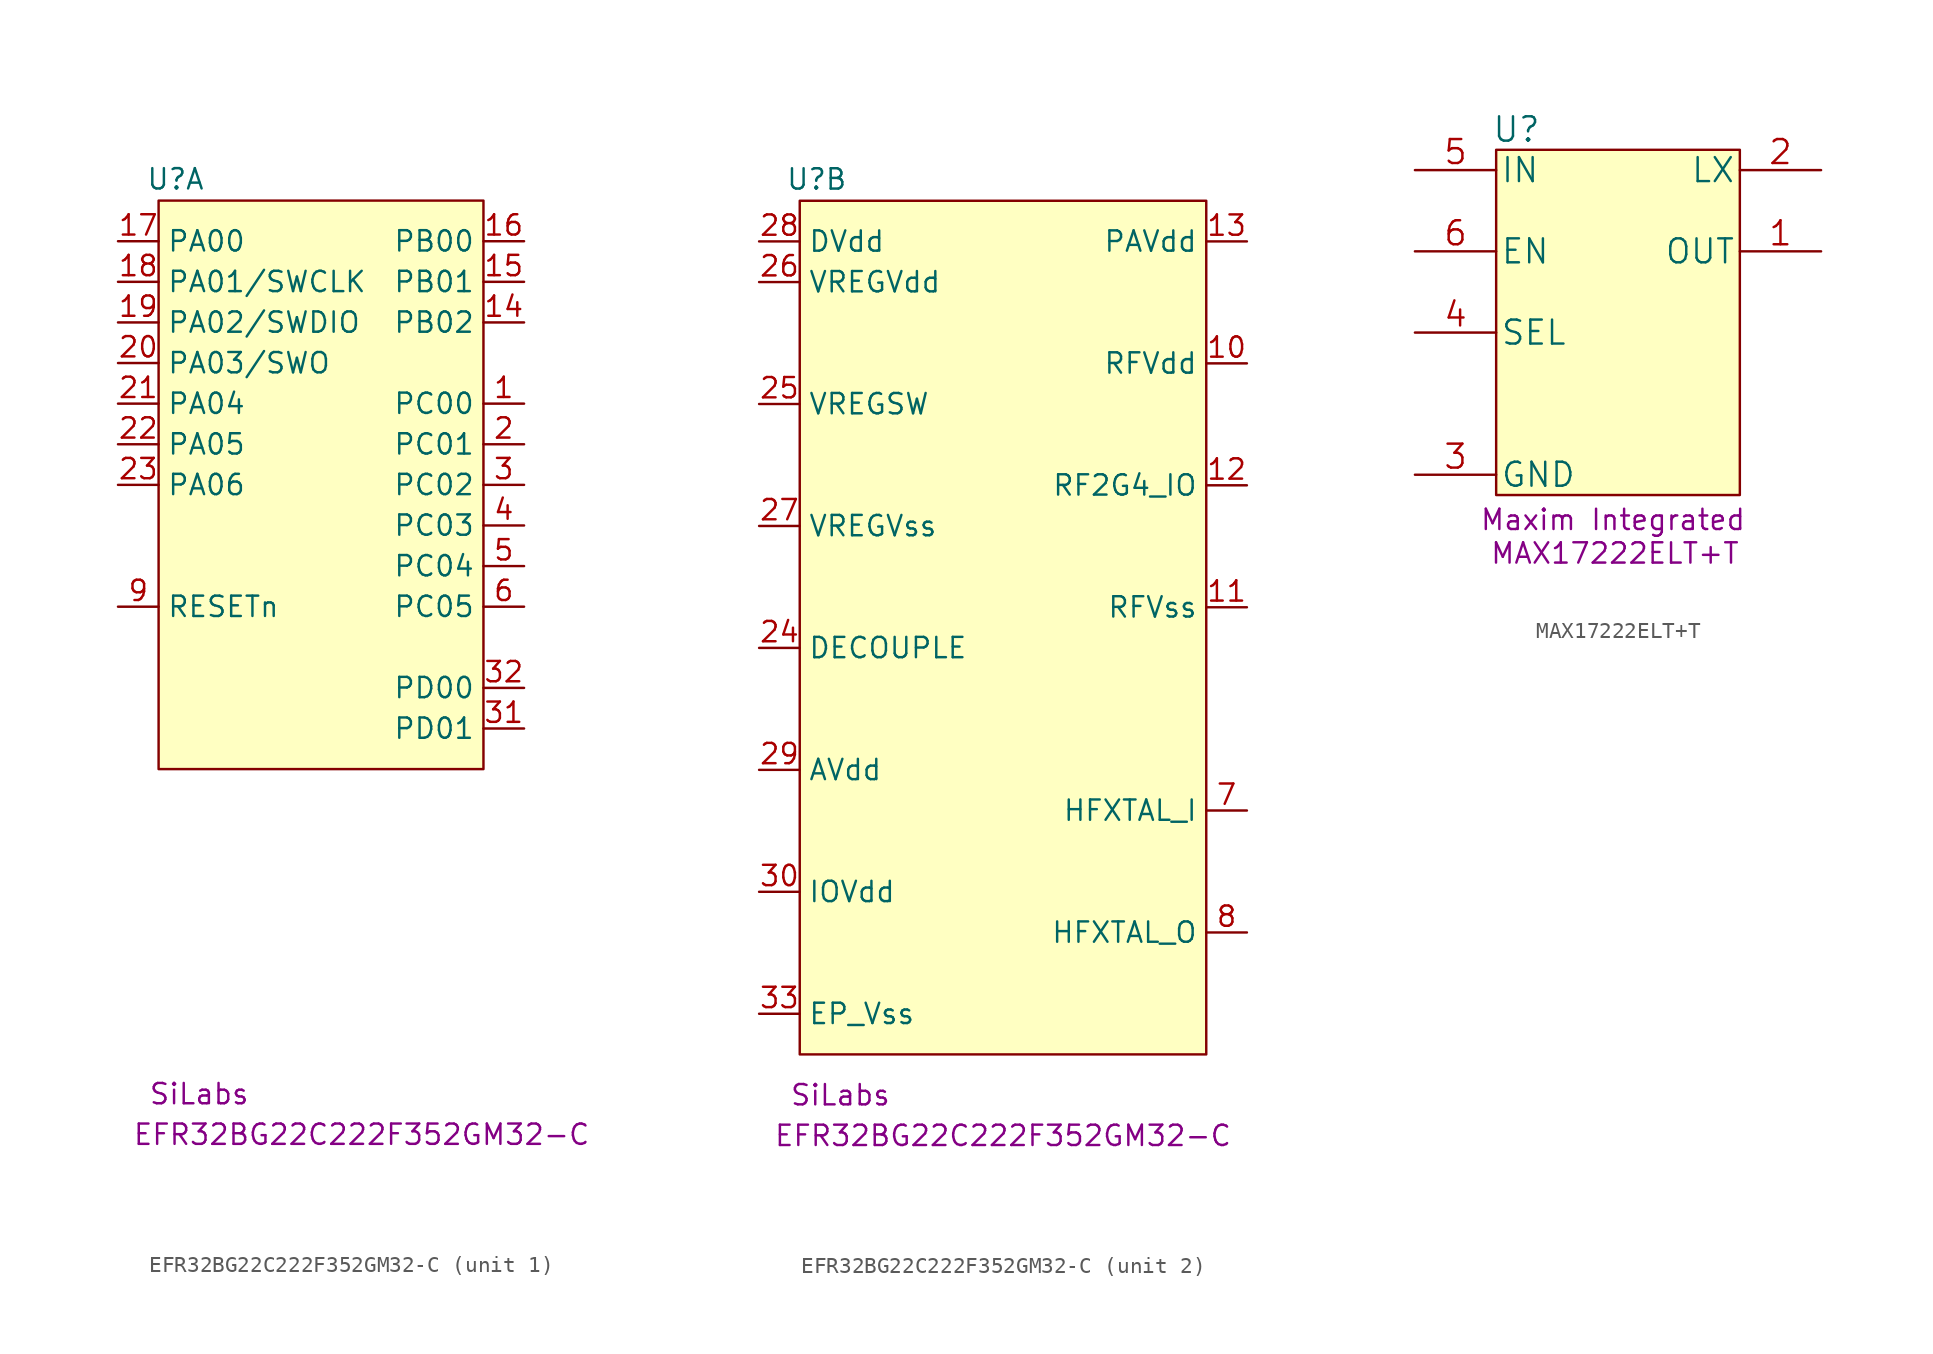
<source format=kicad_sym>
(kicad_symbol_lib
  (version 20220914)
  (generator kicad_symbol_editor)
  (symbol "EFR32BG22C222F352GM32-C"
    (property "Reference" "U"
      (at 1.057 1.342 0)
      (effects (font (size 1.27 1.27))))
    (property "manufacturer" "SiLabs"
      (at 2.54 -55.88 0)
      (effects (font (size 1.27 1.27))))
    (property "mpn" "EFR32BG22C222F352GM32-C"
      (at 12.7 -58.42 0)
      (effects (font (size 1.27 1.27))))
    (property "ki_locked" ""
      (at 0 0 0)
      (effects (font (size 1.27 1.27))))
    (symbol "EFR32BG22C222F352GM32-C_1_0"
      (pin bidirectional line (at 22.86 -12.7 180) (length 2.54) (name "PC00" (effects (font (size 1.27 1.27)))) (number "1" (effects (font (size 1.27 1.27)))))
      (pin bidirectional line (at 22.86 -7.62 180) (length 2.54) (name "PB02" (effects (font (size 1.27 1.27)))) (number "14" (effects (font (size 1.27 1.27)))))
      (pin bidirectional line (at 22.86 -5.08 180) (length 2.54) (name "PB01" (effects (font (size 1.27 1.27)))) (number "15" (effects (font (size 1.27 1.27)))))
      (pin bidirectional line (at 22.86 -2.54 180) (length 2.54) (name "PB00" (effects (font (size 1.27 1.27)))) (number "16" (effects (font (size 1.27 1.27)))))
      (pin bidirectional line (at -2.54 -2.54 0) (length 2.54) (name "PA00" (effects (font (size 1.27 1.27)))) (number "17" (effects (font (size 1.27 1.27)))))
      (pin bidirectional line (at -2.54 -5.08 0) (length 2.54) (name "PA01/SWCLK" (effects (font (size 1.27 1.27)))) (number "18" (effects (font (size 1.27 1.27)))))
      (pin bidirectional line (at -2.54 -7.62 0) (length 2.54) (name "PA02/SWDIO" (effects (font (size 1.27 1.27)))) (number "19" (effects (font (size 1.27 1.27)))))
      (pin bidirectional line (at 22.86 -15.24 180) (length 2.54) (name "PC01" (effects (font (size 1.27 1.27)))) (number "2" (effects (font (size 1.27 1.27)))))
      (pin bidirectional line (at -2.54 -10.16 0) (length 2.54) (name "PA03/SWO" (effects (font (size 1.27 1.27)))) (number "20" (effects (font (size 1.27 1.27)))))
      (pin bidirectional line (at -2.54 -12.7 0) (length 2.54) (name "PA04" (effects (font (size 1.27 1.27)))) (number "21" (effects (font (size 1.27 1.27)))))
      (pin bidirectional line (at -2.54 -15.24 0) (length 2.54) (name "PA05" (effects (font (size 1.27 1.27)))) (number "22" (effects (font (size 1.27 1.27)))))
      (pin bidirectional line (at -2.54 -17.78 0) (length 2.54) (name "PA06" (effects (font (size 1.27 1.27)))) (number "23" (effects (font (size 1.27 1.27)))))
      (pin bidirectional line (at 22.86 -17.78 180) (length 2.54) (name "PC02" (effects (font (size 1.27 1.27)))) (number "3" (effects (font (size 1.27 1.27)))))
      (pin bidirectional line (at 22.86 -33.02 180) (length 2.54) (name "PD01" (effects (font (size 1.27 1.27)))) (number "31" (effects (font (size 1.27 1.27)))))
      (pin bidirectional line (at 22.86 -30.48 180) (length 2.54) (name "PD00" (effects (font (size 1.27 1.27)))) (number "32" (effects (font (size 1.27 1.27)))))
      (pin bidirectional line (at 22.86 -20.32 180) (length 2.54) (name "PC03" (effects (font (size 1.27 1.27)))) (number "4" (effects (font (size 1.27 1.27)))))
      (pin bidirectional line (at 22.86 -22.86 180) (length 2.54) (name "PC04" (effects (font (size 1.27 1.27)))) (number "5" (effects (font (size 1.27 1.27)))))
      (pin bidirectional line (at 22.86 -25.4 180) (length 2.54) (name "PC05" (effects (font (size 1.27 1.27)))) (number "6" (effects (font (size 1.27 1.27)))))
      (pin bidirectional line (at -2.54 -25.4 0) (length 2.54) (name "RESETn" (effects (font (size 1.27 1.27)))) (number "9" (effects (font (size 1.27 1.27))))))
    (symbol "EFR32BG22C222F352GM32-C_1_1"
      (rectangle (start 0 0) (end 20.32 -35.56) (stroke (width 0) (type default)) (fill (type background))))
    (symbol "EFR32BG22C222F352GM32-C_2_0"
      (pin power_out line (at 27.94 -10.16 180) (length 2.54) (name "RFVdd" (effects (font (size 1.27 1.27)))) (number "10" (effects (font (size 1.27 1.27)))))
      (pin power_in line (at 27.94 -25.4 180) (length 2.54) (name "RFVss" (effects (font (size 1.27 1.27)))) (number "11" (effects (font (size 1.27 1.27)))))
      (pin passive line (at 27.94 -17.78 180) (length 2.54) (name "RF2G4_IO" (effects (font (size 1.27 1.27)))) (number "12" (effects (font (size 1.27 1.27)))))
      (pin power_in line (at 27.94 -2.54 180) (length 2.54) (name "PAVdd" (effects (font (size 1.27 1.27)))) (number "13" (effects (font (size 1.27 1.27)))))
      (pin passive line (at -2.54 -27.94 0) (length 2.54) (name "DECOUPLE" (effects (font (size 1.27 1.27)))) (number "24" (effects (font (size 1.27 1.27)))))
      (pin passive line (at -2.54 -12.7 0) (length 2.54) (name "VREGSW" (effects (font (size 1.27 1.27)))) (number "25" (effects (font (size 1.27 1.27)))))
      (pin power_in line (at -2.54 -5.08 0) (length 2.54) (name "VREGVdd" (effects (font (size 1.27 1.27)))) (number "26" (effects (font (size 1.27 1.27)))))
      (pin power_in line (at -2.54 -20.32 0) (length 2.54) (name "VREGVss" (effects (font (size 1.27 1.27)))) (number "27" (effects (font (size 1.27 1.27)))))
      (pin power_in line (at -2.54 -2.54 0) (length 2.54) (name "DVdd" (effects (font (size 1.27 1.27)))) (number "28" (effects (font (size 1.27 1.27)))))
      (pin power_in line (at -2.54 -35.56 0) (length 2.54) (name "AVdd" (effects (font (size 1.27 1.27)))) (number "29" (effects (font (size 1.27 1.27)))))
      (pin power_in line (at -2.54 -43.18 0) (length 2.54) (name "IOVdd" (effects (font (size 1.27 1.27)))) (number "30" (effects (font (size 1.27 1.27)))))
      (pin power_in line (at -2.54 -50.8 0) (length 2.54) (name "EP_Vss" (effects (font (size 1.27 1.27)))) (number "33" (effects (font (size 1.27 1.27)))))
      (pin passive line (at 27.94 -38.1 180) (length 2.54) (name "HFXTAL_I" (effects (font (size 1.27 1.27)))) (number "7" (effects (font (size 1.27 1.27)))))
      (pin bidirectional line (at 27.94 -45.72 180) (length 2.54) (name "HFXTAL_O" (effects (font (size 1.27 1.27)))) (number "8" (effects (font (size 1.27 1.27))))))
    (symbol "EFR32BG22C222F352GM32-C_2_1"
      (rectangle (start 0 0) (end 25.4 -53.34) (stroke (width 0) (type default)) (fill (type background)))))
  (symbol "MAX17222ELT+T"
    (pin_names
      (offset 0.254))
    (property "Reference" "U"
      (at 1.27 1.27 0)
      (effects (font (size 1.524 1.524))))
    (property "manufacturer" "Maxim Integrated"
      (at 7.306 -23.135 0)
      (effects (font (size 1.27 1.27))))
    (property "mpn" "MAX17222ELT+T"
      (at 7.43 -25.235 0)
      (effects (font (size 1.27 1.27))))
    (symbol "MAX17222ELT+T_0_1"
      (rectangle (start 0 0) (end 15.24 -21.59) (stroke (width 0) (type default)) (fill (type background))))
    (symbol "MAX17222ELT+T_1_1"
      (pin output line (at 20.32 -6.35 180) (length 5.08) (name "OUT" (effects (font (size 1.499 1.499)))) (number "1" (effects (font (size 1.499 1.499)))))
      (pin unspecified line (at 20.32 -1.27 180) (length 5.08) (name "LX" (effects (font (size 1.499 1.499)))) (number "2" (effects (font (size 1.499 1.499)))))
      (pin power_in line (at -5.08 -20.32 0) (length 5.08) (name "GND" (effects (font (size 1.499 1.499)))) (number "3" (effects (font (size 1.499 1.499)))))
      (pin unspecified line (at -5.08 -11.43 0) (length 5.08) (name "SEL" (effects (font (size 1.499 1.499)))) (number "4" (effects (font (size 1.499 1.499)))))
      (pin unspecified line (at -5.08 -1.27 0) (length 5.08) (name "IN" (effects (font (size 1.499 1.499)))) (number "5" (effects (font (size 1.499 1.499)))))
      (pin unspecified line (at -5.08 -6.35 0) (length 5.08) (name "EN" (effects (font (size 1.499 1.499)))) (number "6" (effects (font (size 1.499 1.499))))))))
</source>
